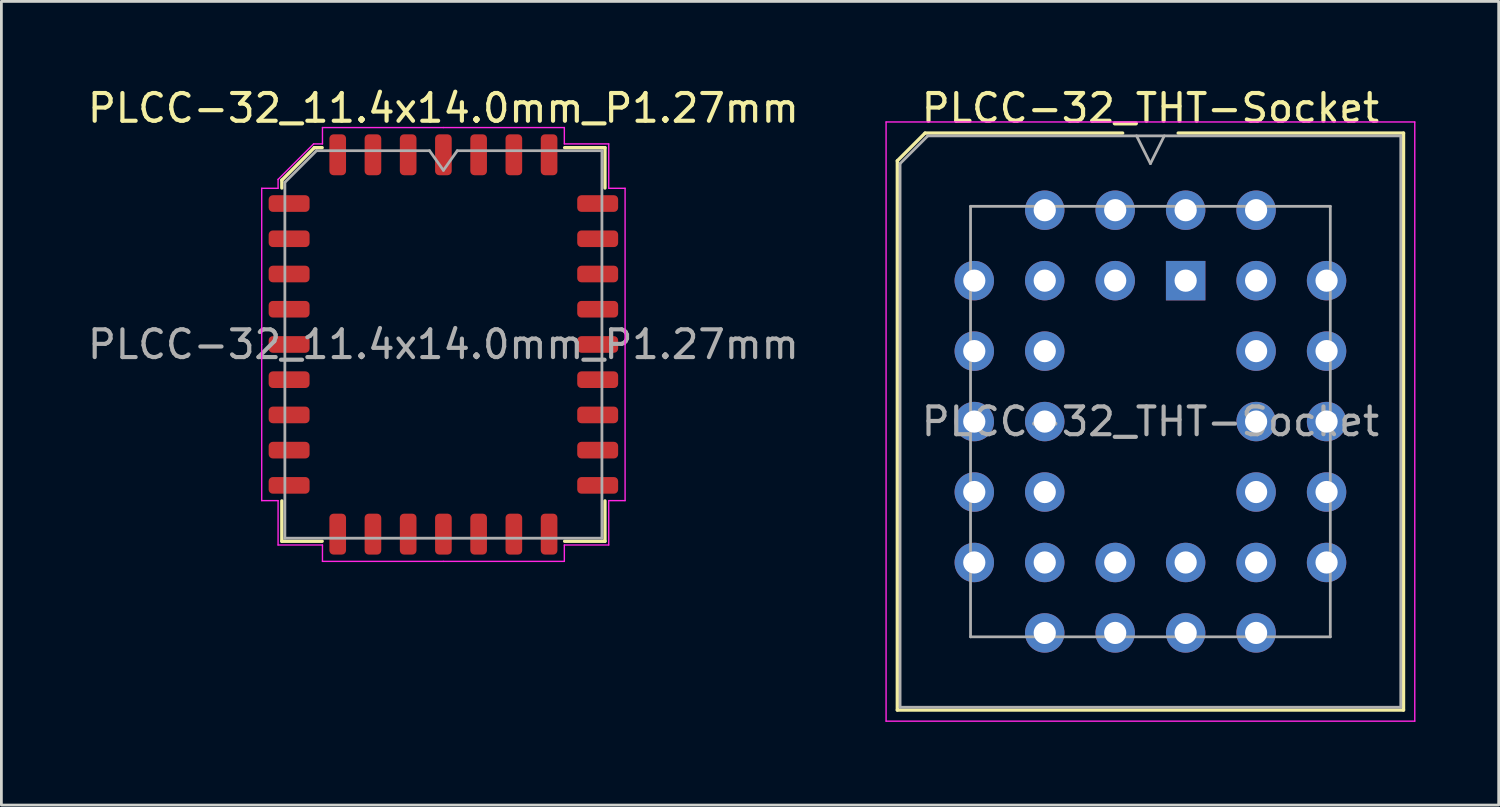
<source format=kicad_pcb>
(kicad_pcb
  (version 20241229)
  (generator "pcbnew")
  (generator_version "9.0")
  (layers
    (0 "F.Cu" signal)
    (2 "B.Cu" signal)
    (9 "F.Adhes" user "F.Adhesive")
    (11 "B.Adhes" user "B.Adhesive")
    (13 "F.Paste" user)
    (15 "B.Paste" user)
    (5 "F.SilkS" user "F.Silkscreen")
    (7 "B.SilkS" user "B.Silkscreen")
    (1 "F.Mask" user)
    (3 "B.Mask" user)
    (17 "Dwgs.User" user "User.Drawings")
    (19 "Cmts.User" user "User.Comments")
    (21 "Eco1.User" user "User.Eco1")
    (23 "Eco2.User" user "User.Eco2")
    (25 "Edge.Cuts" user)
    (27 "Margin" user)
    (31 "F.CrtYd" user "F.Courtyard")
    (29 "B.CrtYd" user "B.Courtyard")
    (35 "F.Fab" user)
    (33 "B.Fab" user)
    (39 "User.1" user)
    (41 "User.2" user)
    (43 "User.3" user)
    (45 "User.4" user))
  (footprint "PLCC-32_THT-Socket"
    (layer "F.Cu")
    (at 39.694 7.068)
    (property "Reference" "PLCC-32_THT-Socket" (at -1.27 -6.22 0) (layer "F.SilkS") (effects (font (size 1 1) (thickness 0.15))))
    (attr through_hole)
    (fp_line (start -10.395 -4.32) (end -10.395 15.48) (stroke (width 0.12) (type solid)) (layer "F.SilkS"))
    (fp_line (start -10.395 15.48) (end 7.855 15.48) (stroke (width 0.12) (type solid)) (layer "F.SilkS"))
    (fp_line (start -9.395 -5.32) (end -10.395 -4.32) (stroke (width 0.12) (type solid)) (layer "F.SilkS"))
    (fp_line (start -2.27 -5.32) (end -9.395 -5.32) (stroke (width 0.12) (type solid)) (layer "F.SilkS"))
    (fp_line (start 7.855 -5.32) (end -0.27 -5.32) (stroke (width 0.12) (type solid)) (layer "F.SilkS"))
    (fp_line (start 7.855 15.48) (end 7.855 -5.32) (stroke (width 0.12) (type solid)) (layer "F.SilkS"))
    (fp_line (start -10.8 -5.72) (end -10.8 15.88) (stroke (width 0.05) (type solid)) (layer "F.CrtYd"))
    (fp_line (start -10.8 15.88) (end 8.26 15.88) (stroke (width 0.05) (type solid)) (layer "F.CrtYd"))
    (fp_line (start 8.26 -5.72) (end -10.8 -5.72) (stroke (width 0.05) (type solid)) (layer "F.CrtYd"))
    (fp_line (start 8.26 15.88) (end 8.26 -5.72) (stroke (width 0.05) (type solid)) (layer "F.CrtYd"))
    (fp_line (start -10.295 -4.22) (end -10.295 15.38) (stroke (width 0.1) (type solid)) (layer "F.Fab"))
    (fp_line (start -10.295 15.38) (end 7.755 15.38) (stroke (width 0.1) (type solid)) (layer "F.Fab"))
    (fp_line (start -9.295 -5.22) (end -10.295 -4.22) (stroke (width 0.1) (type solid)) (layer "F.Fab"))
    (fp_line (start -7.755 -2.68) (end -7.755 12.84) (stroke (width 0.1) (type solid)) (layer "F.Fab"))
    (fp_line (start -7.755 12.84) (end 5.215 12.84) (stroke (width 0.1) (type solid)) (layer "F.Fab"))
    (fp_line (start -1.77 -5.22) (end -1.27 -4.22) (stroke (width 0.1) (type solid)) (layer "F.Fab"))
    (fp_line (start -1.27 -4.22) (end -0.77 -5.22) (stroke (width 0.1) (type solid)) (layer "F.Fab"))
    (fp_line (start 5.215 -2.68) (end -7.755 -2.68) (stroke (width 0.1) (type solid)) (layer "F.Fab"))
    (fp_line (start 5.215 12.84) (end 5.215 -2.68) (stroke (width 0.1) (type solid)) (layer "F.Fab"))
    (fp_line (start 7.755 -5.22) (end -9.295 -5.22) (stroke (width 0.1) (type solid)) (layer "F.Fab"))
    (fp_line (start 7.755 15.38) (end 7.755 -5.22) (stroke (width 0.1) (type solid)) (layer "F.Fab"))
    (fp_text user "${REFERENCE}" (at -1.27 5.08 0) (layer "F.Fab") (effects (font (size 1 1) (thickness 0.15))))
    (pad "1" thru_hole rect (at 0 0) (size 1.422 1.422) (drill 0.8) (layers "*.Cu" "*.Mask"))
    (pad "2" thru_hole circle (at -2.54 -2.54) (size 1.422 1.422) (drill 0.8) (layers "*.Cu" "*.Mask"))
    (pad "3" thru_hole circle (at -2.54 0) (size 1.422 1.422) (drill 0.8) (layers "*.Cu" "*.Mask"))
    (pad "4" thru_hole circle (at -5.08 -2.54) (size 1.422 1.422) (drill 0.8) (layers "*.Cu" "*.Mask"))
    (pad "5" thru_hole circle (at -7.62 0) (size 1.422 1.422) (drill 0.8) (layers "*.Cu" "*.Mask"))
    (pad "6" thru_hole circle (at -5.08 0) (size 1.422 1.422) (drill 0.8) (layers "*.Cu" "*.Mask"))
    (pad "7" thru_hole circle (at -7.62 2.54) (size 1.422 1.422) (drill 0.8) (layers "*.Cu" "*.Mask"))
    (pad "8" thru_hole circle (at -5.08 2.54) (size 1.422 1.422) (drill 0.8) (layers "*.Cu" "*.Mask"))
    (pad "9" thru_hole circle (at -7.62 5.08) (size 1.422 1.422) (drill 0.8) (layers "*.Cu" "*.Mask"))
    (pad "10" thru_hole circle (at -5.08 5.08) (size 1.422 1.422) (drill 0.8) (layers "*.Cu" "*.Mask"))
    (pad "11" thru_hole circle (at -7.62 7.62) (size 1.422 1.422) (drill 0.8) (layers "*.Cu" "*.Mask"))
    (pad "12" thru_hole circle (at -5.08 7.62) (size 1.422 1.422) (drill 0.8) (layers "*.Cu" "*.Mask"))
    (pad "13" thru_hole circle (at -7.62 10.16) (size 1.422 1.422) (drill 0.8) (layers "*.Cu" "*.Mask"))
    (pad "14" thru_hole circle (at -5.08 12.7) (size 1.422 1.422) (drill 0.8) (layers "*.Cu" "*.Mask"))
    (pad "15" thru_hole circle (at -5.08 10.16) (size 1.422 1.422) (drill 0.8) (layers "*.Cu" "*.Mask"))
    (pad "16" thru_hole circle (at -2.54 12.7) (size 1.422 1.422) (drill 0.8) (layers "*.Cu" "*.Mask"))
    (pad "17" thru_hole circle (at -2.54 10.16) (size 1.422 1.422) (drill 0.8) (layers "*.Cu" "*.Mask"))
    (pad "18" thru_hole circle (at 0 12.7) (size 1.422 1.422) (drill 0.8) (layers "*.Cu" "*.Mask"))
    (pad "19" thru_hole circle (at 0 10.16) (size 1.422 1.422) (drill 0.8) (layers "*.Cu" "*.Mask"))
    (pad "20" thru_hole circle (at 2.54 12.7) (size 1.422 1.422) (drill 0.8) (layers "*.Cu" "*.Mask"))
    (pad "21" thru_hole circle (at 5.08 10.16) (size 1.422 1.422) (drill 0.8) (layers "*.Cu" "*.Mask"))
    (pad "22" thru_hole circle (at 2.54 10.16) (size 1.422 1.422) (drill 0.8) (layers "*.Cu" "*.Mask"))
    (pad "23" thru_hole circle (at 5.08 7.62) (size 1.422 1.422) (drill 0.8) (layers "*.Cu" "*.Mask"))
    (pad "24" thru_hole circle (at 2.54 7.62) (size 1.422 1.422) (drill 0.8) (layers "*.Cu" "*.Mask"))
    (pad "25" thru_hole circle (at 5.08 5.08) (size 1.422 1.422) (drill 0.8) (layers "*.Cu" "*.Mask"))
    (pad "26" thru_hole circle (at 2.54 5.08) (size 1.422 1.422) (drill 0.8) (layers "*.Cu" "*.Mask"))
    (pad "27" thru_hole circle (at 5.08 2.54) (size 1.422 1.422) (drill 0.8) (layers "*.Cu" "*.Mask"))
    (pad "28" thru_hole circle (at 2.54 2.54) (size 1.422 1.422) (drill 0.8) (layers "*.Cu" "*.Mask"))
    (pad "29" thru_hole circle (at 5.08 0) (size 1.422 1.422) (drill 0.8) (layers "*.Cu" "*.Mask"))
    (pad "30" thru_hole circle (at 2.54 -2.54) (size 1.422 1.422) (drill 0.8) (layers "*.Cu" "*.Mask"))
    (pad "31" thru_hole circle (at 2.54 0) (size 1.422 1.422) (drill 0.8) (layers "*.Cu" "*.Mask"))
    (pad "32" thru_hole circle (at 0 -2.54) (size 1.422 1.422) (drill 0.8) (layers "*.Cu" "*.Mask")))
  (footprint "PLCC-32_11.4x14.0mm_P1.27mm"
    (layer "F.Cu")
    (at 12.935 9.368)
    (property "Reference" "PLCC-32_11.4x14.0mm_P1.27mm" (at 0 -8.52 0) (layer "F.SilkS") (effects (font (size 1 1) (thickness 0.15))))
    (attr smd)
    (fp_line (start -5.825 -5.923) (end -5.825 -5.64) (stroke (width 0.12) (type solid)) (layer "F.SilkS"))
    (fp_line (start -5.825 7.095) (end -5.825 5.64) (stroke (width 0.12) (type solid)) (layer "F.SilkS"))
    (fp_line (start -4.653 -7.095) (end -5.825 -5.923) (stroke (width 0.12) (type solid)) (layer "F.SilkS"))
    (fp_line (start -4.37 -7.095) (end -4.653 -7.095) (stroke (width 0.12) (type solid)) (layer "F.SilkS"))
    (fp_line (start -4.37 7.095) (end -5.825 7.095) (stroke (width 0.12) (type solid)) (layer "F.SilkS"))
    (fp_line (start 4.37 -7.095) (end 5.825 -7.095) (stroke (width 0.12) (type solid)) (layer "F.SilkS"))
    (fp_line (start 4.37 7.095) (end 5.825 7.095) (stroke (width 0.12) (type solid)) (layer "F.SilkS"))
    (fp_line (start 5.825 -7.095) (end 5.825 -5.64) (stroke (width 0.12) (type solid)) (layer "F.SilkS"))
    (fp_line (start 5.825 7.095) (end 5.825 5.64) (stroke (width 0.12) (type solid)) (layer "F.SilkS"))
    (fp_line (start -6.55 -5.63) (end -6.55 0) (stroke (width 0.05) (type solid)) (layer "F.CrtYd"))
    (fp_line (start -6.55 5.63) (end -6.55 0) (stroke (width 0.05) (type solid)) (layer "F.CrtYd"))
    (fp_line (start -5.96 -5.95) (end -5.96 -5.63) (stroke (width 0.05) (type solid)) (layer "F.CrtYd"))
    (fp_line (start -5.96 -5.63) (end -6.55 -5.63) (stroke (width 0.05) (type solid)) (layer "F.CrtYd"))
    (fp_line (start -5.96 5.63) (end -6.55 5.63) (stroke (width 0.05) (type solid)) (layer "F.CrtYd"))
    (fp_line (start -5.96 7.23) (end -5.96 5.63) (stroke (width 0.05) (type solid)) (layer "F.CrtYd"))
    (fp_line (start -4.68 -7.23) (end -5.96 -5.95) (stroke (width 0.05) (type solid)) (layer "F.CrtYd"))
    (fp_line (start -4.36 -7.82) (end -4.36 -7.23) (stroke (width 0.05) (type solid)) (layer "F.CrtYd"))
    (fp_line (start -4.36 -7.23) (end -4.68 -7.23) (stroke (width 0.05) (type solid)) (layer "F.CrtYd"))
    (fp_line (start -4.36 7.23) (end -5.96 7.23) (stroke (width 0.05) (type solid)) (layer "F.CrtYd"))
    (fp_line (start -4.36 7.82) (end -4.36 7.23) (stroke (width 0.05) (type solid)) (layer "F.CrtYd"))
    (fp_line (start 0 -7.82) (end -4.36 -7.82) (stroke (width 0.05) (type solid)) (layer "F.CrtYd"))
    (fp_line (start 0 -7.82) (end 4.36 -7.82) (stroke (width 0.05) (type solid)) (layer "F.CrtYd"))
    (fp_line (start 0 7.82) (end -4.36 7.82) (stroke (width 0.05) (type solid)) (layer "F.CrtYd"))
    (fp_line (start 0 7.82) (end 4.36 7.82) (stroke (width 0.05) (type solid)) (layer "F.CrtYd"))
    (fp_line (start 4.36 -7.82) (end 4.36 -7.23) (stroke (width 0.05) (type solid)) (layer "F.CrtYd"))
    (fp_line (start 4.36 -7.23) (end 5.96 -7.23) (stroke (width 0.05) (type solid)) (layer "F.CrtYd"))
    (fp_line (start 4.36 7.23) (end 5.96 7.23) (stroke (width 0.05) (type solid)) (layer "F.CrtYd"))
    (fp_line (start 4.36 7.82) (end 4.36 7.23) (stroke (width 0.05) (type solid)) (layer "F.CrtYd"))
    (fp_line (start 5.96 -7.23) (end 5.96 -5.63) (stroke (width 0.05) (type solid)) (layer "F.CrtYd"))
    (fp_line (start 5.96 -5.63) (end 6.55 -5.63) (stroke (width 0.05) (type solid)) (layer "F.CrtYd"))
    (fp_line (start 5.96 5.63) (end 6.55 5.63) (stroke (width 0.05) (type solid)) (layer "F.CrtYd"))
    (fp_line (start 5.96 7.23) (end 5.96 5.63) (stroke (width 0.05) (type solid)) (layer "F.CrtYd"))
    (fp_line (start 6.55 -5.63) (end 6.55 0) (stroke (width 0.05) (type solid)) (layer "F.CrtYd"))
    (fp_line (start 6.55 5.63) (end 6.55 0) (stroke (width 0.05) (type solid)) (layer "F.CrtYd"))
    (fp_line (start -5.715 -5.845) (end -4.575 -6.985) (stroke (width 0.1) (type solid)) (layer "F.Fab"))
    (fp_line (start -5.715 6.985) (end -5.715 -5.845) (stroke (width 0.1) (type solid)) (layer "F.Fab"))
    (fp_line (start -4.575 -6.985) (end -0.5 -6.985) (stroke (width 0.1) (type solid)) (layer "F.Fab"))
    (fp_line (start -0.5 -6.985) (end 0 -6.278) (stroke (width 0.1) (type solid)) (layer "F.Fab"))
    (fp_line (start 0 -6.278) (end 0.5 -6.985) (stroke (width 0.1) (type solid)) (layer "F.Fab"))
    (fp_line (start 0.5 -6.985) (end 5.715 -6.985) (stroke (width 0.1) (type solid)) (layer "F.Fab"))
    (fp_line (start 5.715 -6.985) (end 5.715 6.985) (stroke (width 0.1) (type solid)) (layer "F.Fab"))
    (fp_line (start 5.715 6.985) (end -5.715 6.985) (stroke (width 0.1) (type solid)) (layer "F.Fab"))
    (fp_text user "${REFERENCE}" (at 0 0 0) (layer "F.Fab") (effects (font (size 1 1) (thickness 0.15))))
    (pad "1" smd roundrect (at 0 -6.838) (size 0.6 1.475) (layers "F.Cu" "F.Mask" "F.Paste") (roundrect_rratio 0.25))
    (pad "2" smd roundrect (at -1.27 -6.838) (size 0.6 1.475) (layers "F.Cu" "F.Mask" "F.Paste") (roundrect_rratio 0.25))
    (pad "3" smd roundrect (at -2.54 -6.838) (size 0.6 1.475) (layers "F.Cu" "F.Mask" "F.Paste") (roundrect_rratio 0.25))
    (pad "4" smd roundrect (at -3.81 -6.838) (size 0.6 1.475) (layers "F.Cu" "F.Mask" "F.Paste") (roundrect_rratio 0.25))
    (pad "5" smd roundrect (at -5.562 -5.08) (size 1.475 0.6) (layers "F.Cu" "F.Mask" "F.Paste") (roundrect_rratio 0.25))
    (pad "6" smd roundrect (at -5.562 -3.81) (size 1.475 0.6) (layers "F.Cu" "F.Mask" "F.Paste") (roundrect_rratio 0.25))
    (pad "7" smd roundrect (at -5.562 -2.54) (size 1.475 0.6) (layers "F.Cu" "F.Mask" "F.Paste") (roundrect_rratio 0.25))
    (pad "8" smd roundrect (at -5.562 -1.27) (size 1.475 0.6) (layers "F.Cu" "F.Mask" "F.Paste") (roundrect_rratio 0.25))
    (pad "9" smd roundrect (at -5.562 0) (size 1.475 0.6) (layers "F.Cu" "F.Mask" "F.Paste") (roundrect_rratio 0.25))
    (pad "10" smd roundrect (at -5.562 1.27) (size 1.475 0.6) (layers "F.Cu" "F.Mask" "F.Paste") (roundrect_rratio 0.25))
    (pad "11" smd roundrect (at -5.562 2.54) (size 1.475 0.6) (layers "F.Cu" "F.Mask" "F.Paste") (roundrect_rratio 0.25))
    (pad "12" smd roundrect (at -5.562 3.81) (size 1.475 0.6) (layers "F.Cu" "F.Mask" "F.Paste") (roundrect_rratio 0.25))
    (pad "13" smd roundrect (at -5.562 5.08) (size 1.475 0.6) (layers "F.Cu" "F.Mask" "F.Paste") (roundrect_rratio 0.25))
    (pad "14" smd roundrect (at -3.81 6.838) (size 0.6 1.475) (layers "F.Cu" "F.Mask" "F.Paste") (roundrect_rratio 0.25))
    (pad "15" smd roundrect (at -2.54 6.838) (size 0.6 1.475) (layers "F.Cu" "F.Mask" "F.Paste") (roundrect_rratio 0.25))
    (pad "16" smd roundrect (at -1.27 6.838) (size 0.6 1.475) (layers "F.Cu" "F.Mask" "F.Paste") (roundrect_rratio 0.25))
    (pad "17" smd roundrect (at 0 6.838) (size 0.6 1.475) (layers "F.Cu" "F.Mask" "F.Paste") (roundrect_rratio 0.25))
    (pad "18" smd roundrect (at 1.27 6.838) (size 0.6 1.475) (layers "F.Cu" "F.Mask" "F.Paste") (roundrect_rratio 0.25))
    (pad "19" smd roundrect (at 2.54 6.838) (size 0.6 1.475) (layers "F.Cu" "F.Mask" "F.Paste") (roundrect_rratio 0.25))
    (pad "20" smd roundrect (at 3.81 6.838) (size 0.6 1.475) (layers "F.Cu" "F.Mask" "F.Paste") (roundrect_rratio 0.25))
    (pad "21" smd roundrect (at 5.562 5.08) (size 1.475 0.6) (layers "F.Cu" "F.Mask" "F.Paste") (roundrect_rratio 0.25))
    (pad "22" smd roundrect (at 5.562 3.81) (size 1.475 0.6) (layers "F.Cu" "F.Mask" "F.Paste") (roundrect_rratio 0.25))
    (pad "23" smd roundrect (at 5.562 2.54) (size 1.475 0.6) (layers "F.Cu" "F.Mask" "F.Paste") (roundrect_rratio 0.25))
    (pad "24" smd roundrect (at 5.562 1.27) (size 1.475 0.6) (layers "F.Cu" "F.Mask" "F.Paste") (roundrect_rratio 0.25))
    (pad "25" smd roundrect (at 5.562 0) (size 1.475 0.6) (layers "F.Cu" "F.Mask" "F.Paste") (roundrect_rratio 0.25))
    (pad "26" smd roundrect (at 5.562 -1.27) (size 1.475 0.6) (layers "F.Cu" "F.Mask" "F.Paste") (roundrect_rratio 0.25))
    (pad "27" smd roundrect (at 5.562 -2.54) (size 1.475 0.6) (layers "F.Cu" "F.Mask" "F.Paste") (roundrect_rratio 0.25))
    (pad "28" smd roundrect (at 5.562 -3.81) (size 1.475 0.6) (layers "F.Cu" "F.Mask" "F.Paste") (roundrect_rratio 0.25))
    (pad "29" smd roundrect (at 5.562 -5.08) (size 1.475 0.6) (layers "F.Cu" "F.Mask" "F.Paste") (roundrect_rratio 0.25))
    (pad "30" smd roundrect (at 3.81 -6.838) (size 0.6 1.475) (layers "F.Cu" "F.Mask" "F.Paste") (roundrect_rratio 0.25))
    (pad "31" smd roundrect (at 2.54 -6.838) (size 0.6 1.475) (layers "F.Cu" "F.Mask" "F.Paste") (roundrect_rratio 0.25))
    (pad "32" smd roundrect (at 1.27 -6.838) (size 0.6 1.475) (layers "F.Cu" "F.Mask" "F.Paste") (roundrect_rratio 0.25)))
  (gr_rect
    (start -3 -3)
    (end 50.979 25.973)
    (stroke (width 0.1) (type default))
    (fill no)
    (layer "Edge.Cuts")))
</source>
